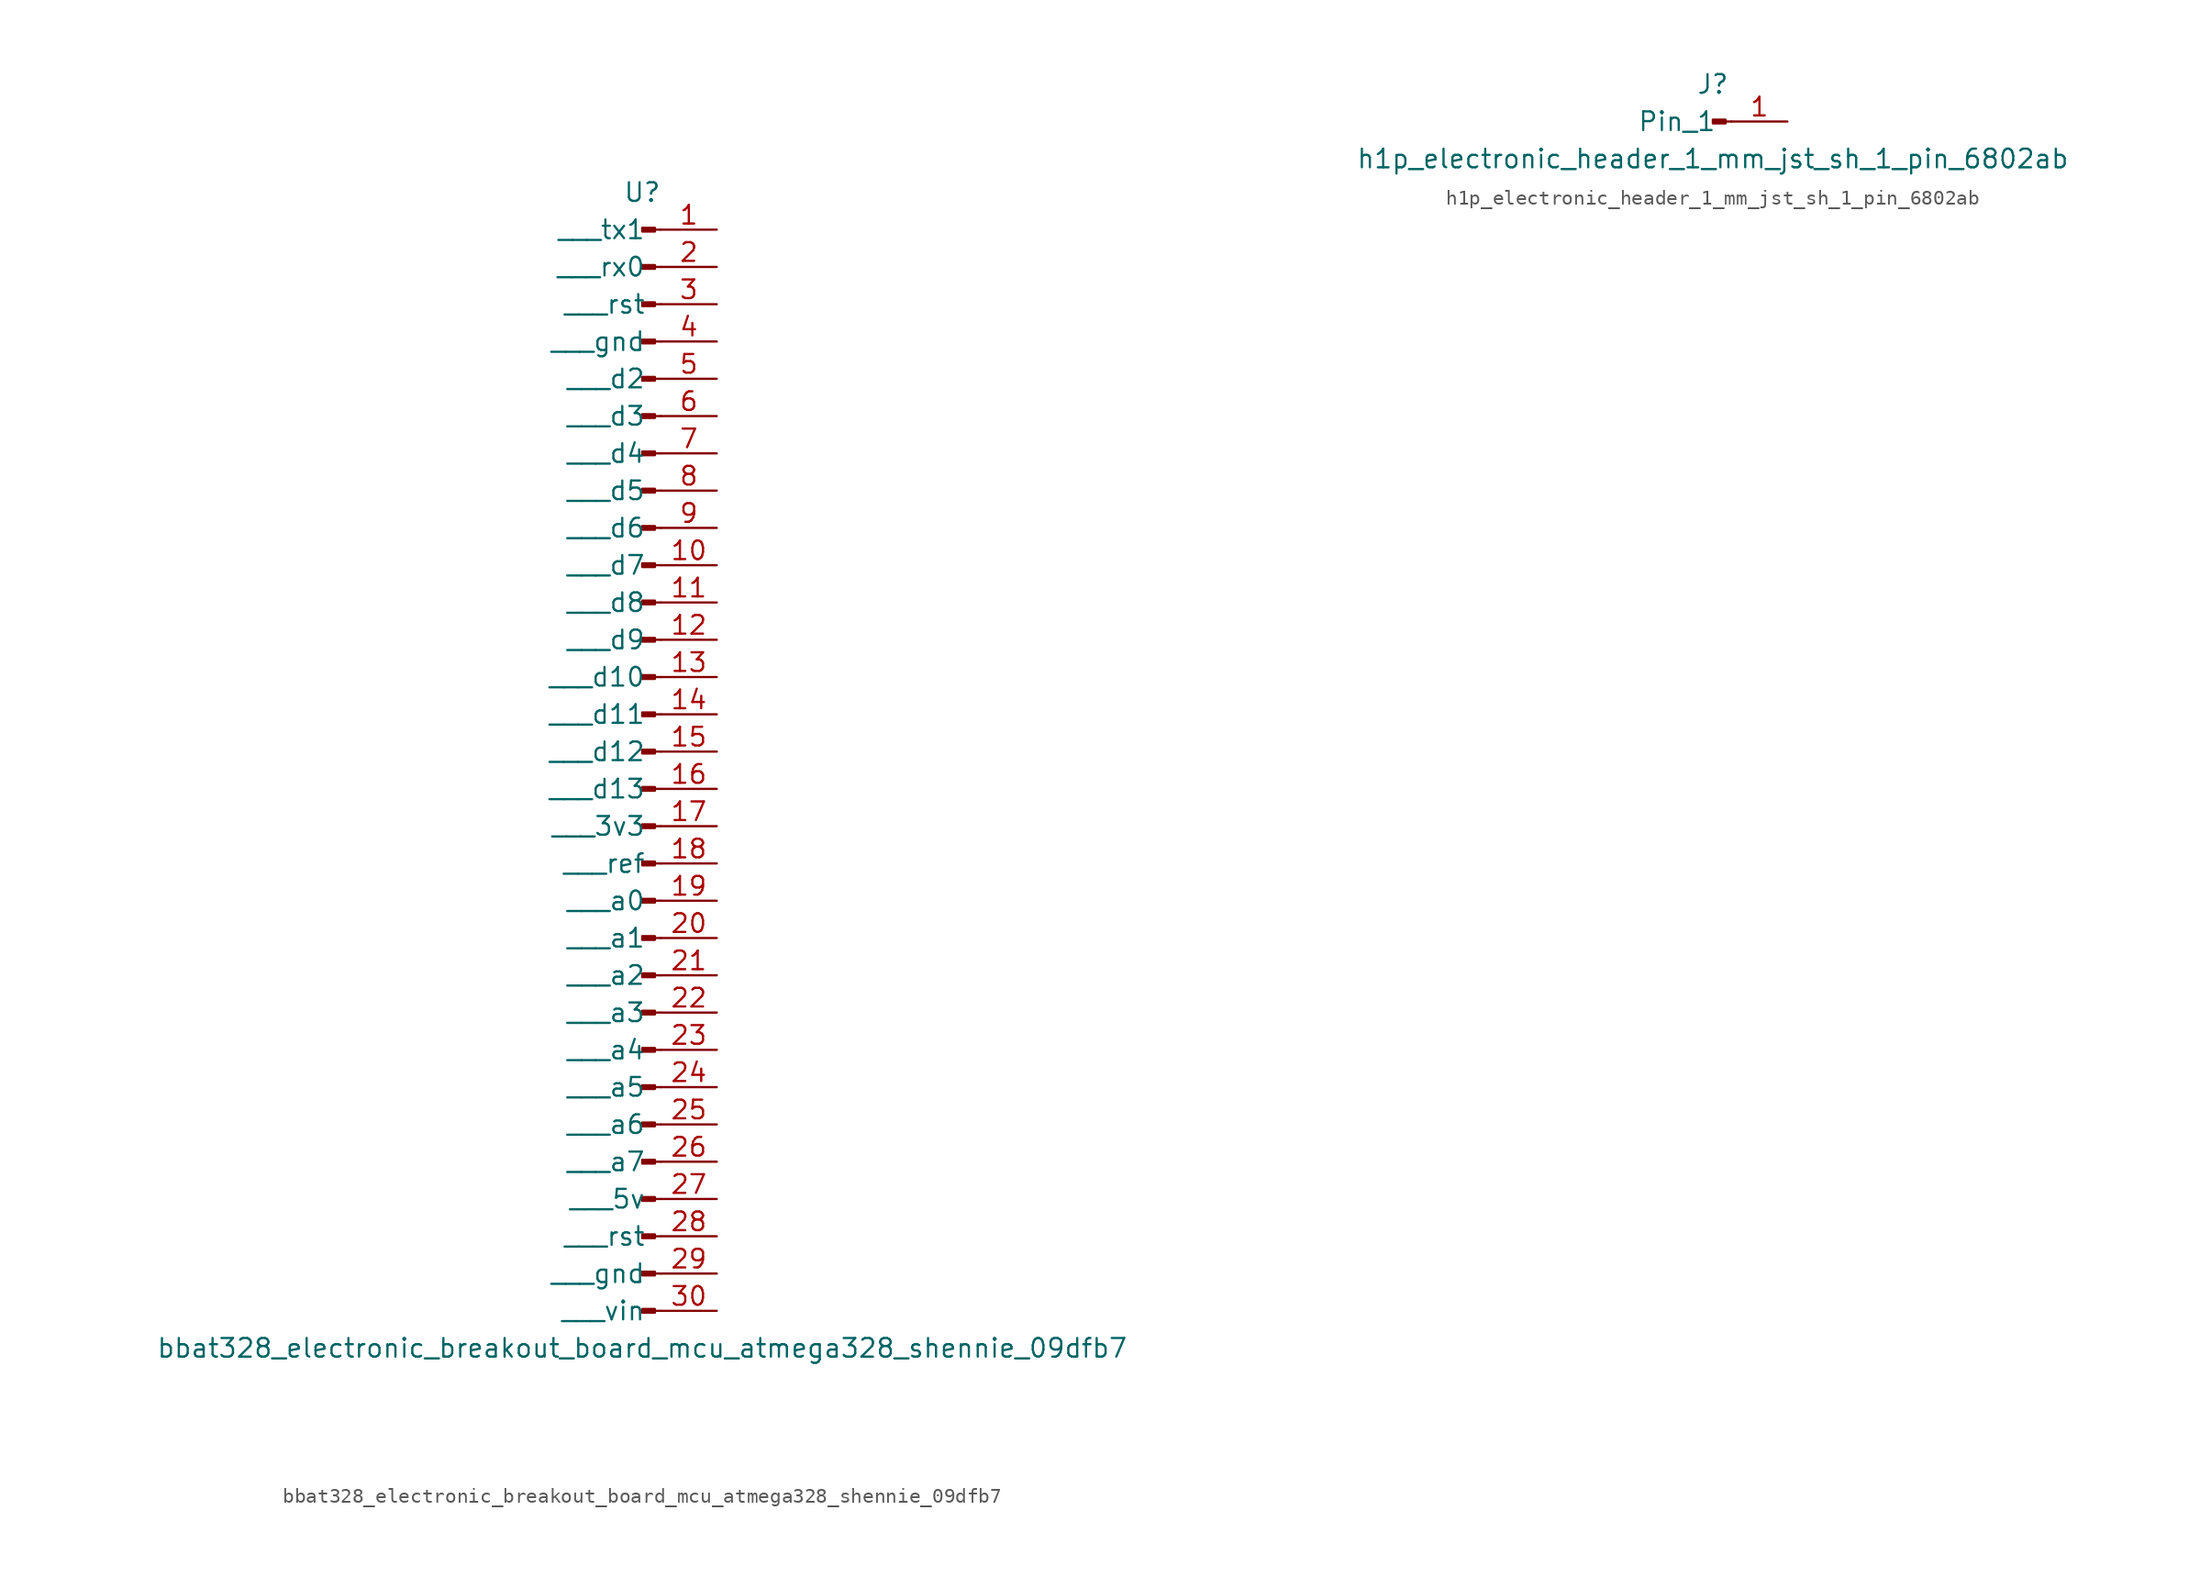
<source format=kicad_sym>
(kicad_symbol_lib
  (version 20220914)
  (generator kicad_symbol_editor)
  (symbol "bbat328_electronic_breakout_board_mcu_atmega328_shennie_09dfb7"
    (pin_names
      (offset 1.016))
    (property "Reference" "U"
      (at 0 38.1 0)
      (effects (font (size 1.27 1.27))))
    (property "Value" "bbat328_electronic_breakout_board_mcu_atmega328_shennie_09dfb7"
      (at 0 -40.64 0)
      (effects (font (size 1.27 1.27))))
    (property "ki_locked" ""
      (at 0 0 0)
      (effects (font (size 1.27 1.27))))
    (symbol "bbat328_electronic_breakout_board_mcu_atmega328_shennie_09dfb7_1_1"
      (polyline (pts (xy 1.27 -38.1) (xy 0.864 -38.1)) (stroke (width 0.152) (type default)) (fill (type none)))
      (polyline (pts (xy 1.27 -35.56) (xy 0.864 -35.56)) (stroke (width 0.152) (type default)) (fill (type none)))
      (polyline (pts (xy 1.27 -33.02) (xy 0.864 -33.02)) (stroke (width 0.152) (type default)) (fill (type none)))
      (polyline (pts (xy 1.27 -30.48) (xy 0.864 -30.48)) (stroke (width 0.152) (type default)) (fill (type none)))
      (polyline (pts (xy 1.27 -27.94) (xy 0.864 -27.94)) (stroke (width 0.152) (type default)) (fill (type none)))
      (polyline (pts (xy 1.27 -25.4) (xy 0.864 -25.4)) (stroke (width 0.152) (type default)) (fill (type none)))
      (polyline (pts (xy 1.27 -22.86) (xy 0.864 -22.86)) (stroke (width 0.152) (type default)) (fill (type none)))
      (polyline (pts (xy 1.27 -20.32) (xy 0.864 -20.32)) (stroke (width 0.152) (type default)) (fill (type none)))
      (polyline (pts (xy 1.27 -17.78) (xy 0.864 -17.78)) (stroke (width 0.152) (type default)) (fill (type none)))
      (polyline (pts (xy 1.27 -15.24) (xy 0.864 -15.24)) (stroke (width 0.152) (type default)) (fill (type none)))
      (polyline (pts (xy 1.27 -12.7) (xy 0.864 -12.7)) (stroke (width 0.152) (type default)) (fill (type none)))
      (polyline (pts (xy 1.27 -10.16) (xy 0.864 -10.16)) (stroke (width 0.152) (type default)) (fill (type none)))
      (polyline (pts (xy 1.27 -7.62) (xy 0.864 -7.62)) (stroke (width 0.152) (type default)) (fill (type none)))
      (polyline (pts (xy 1.27 -5.08) (xy 0.864 -5.08)) (stroke (width 0.152) (type default)) (fill (type none)))
      (polyline (pts (xy 1.27 -2.54) (xy 0.864 -2.54)) (stroke (width 0.152) (type default)) (fill (type none)))
      (polyline (pts (xy 1.27 0) (xy 0.864 0)) (stroke (width 0.152) (type default)) (fill (type none)))
      (polyline (pts (xy 1.27 2.54) (xy 0.864 2.54)) (stroke (width 0.152) (type default)) (fill (type none)))
      (polyline (pts (xy 1.27 5.08) (xy 0.864 5.08)) (stroke (width 0.152) (type default)) (fill (type none)))
      (polyline (pts (xy 1.27 7.62) (xy 0.864 7.62)) (stroke (width 0.152) (type default)) (fill (type none)))
      (polyline (pts (xy 1.27 10.16) (xy 0.864 10.16)) (stroke (width 0.152) (type default)) (fill (type none)))
      (polyline (pts (xy 1.27 12.7) (xy 0.864 12.7)) (stroke (width 0.152) (type default)) (fill (type none)))
      (polyline (pts (xy 1.27 15.24) (xy 0.864 15.24)) (stroke (width 0.152) (type default)) (fill (type none)))
      (polyline (pts (xy 1.27 17.78) (xy 0.864 17.78)) (stroke (width 0.152) (type default)) (fill (type none)))
      (polyline (pts (xy 1.27 20.32) (xy 0.864 20.32)) (stroke (width 0.152) (type default)) (fill (type none)))
      (polyline (pts (xy 1.27 22.86) (xy 0.864 22.86)) (stroke (width 0.152) (type default)) (fill (type none)))
      (polyline (pts (xy 1.27 25.4) (xy 0.864 25.4)) (stroke (width 0.152) (type default)) (fill (type none)))
      (polyline (pts (xy 1.27 27.94) (xy 0.864 27.94)) (stroke (width 0.152) (type default)) (fill (type none)))
      (polyline (pts (xy 1.27 30.48) (xy 0.864 30.48)) (stroke (width 0.152) (type default)) (fill (type none)))
      (polyline (pts (xy 1.27 33.02) (xy 0.864 33.02)) (stroke (width 0.152) (type default)) (fill (type none)))
      (polyline (pts (xy 1.27 35.56) (xy 0.864 35.56)) (stroke (width 0.152) (type default)) (fill (type none)))
      (rectangle (start 0.864 -37.973) (end 0 -38.227) (stroke (width 0.152) (type default)) (fill (type outline)))
      (rectangle (start 0.864 -35.433) (end 0 -35.687) (stroke (width 0.152) (type default)) (fill (type outline)))
      (rectangle (start 0.864 -32.893) (end 0 -33.147) (stroke (width 0.152) (type default)) (fill (type outline)))
      (rectangle (start 0.864 -30.353) (end 0 -30.607) (stroke (width 0.152) (type default)) (fill (type outline)))
      (rectangle (start 0.864 -27.813) (end 0 -28.067) (stroke (width 0.152) (type default)) (fill (type outline)))
      (rectangle (start 0.864 -25.273) (end 0 -25.527) (stroke (width 0.152) (type default)) (fill (type outline)))
      (rectangle (start 0.864 -22.733) (end 0 -22.987) (stroke (width 0.152) (type default)) (fill (type outline)))
      (rectangle (start 0.864 -20.193) (end 0 -20.447) (stroke (width 0.152) (type default)) (fill (type outline)))
      (rectangle (start 0.864 -17.653) (end 0 -17.907) (stroke (width 0.152) (type default)) (fill (type outline)))
      (rectangle (start 0.864 -15.113) (end 0 -15.367) (stroke (width 0.152) (type default)) (fill (type outline)))
      (rectangle (start 0.864 -12.573) (end 0 -12.827) (stroke (width 0.152) (type default)) (fill (type outline)))
      (rectangle (start 0.864 -10.033) (end 0 -10.287) (stroke (width 0.152) (type default)) (fill (type outline)))
      (rectangle (start 0.864 -7.493) (end 0 -7.747) (stroke (width 0.152) (type default)) (fill (type outline)))
      (rectangle (start 0.864 -4.953) (end 0 -5.207) (stroke (width 0.152) (type default)) (fill (type outline)))
      (rectangle (start 0.864 -2.413) (end 0 -2.667) (stroke (width 0.152) (type default)) (fill (type outline)))
      (rectangle (start 0.864 0.127) (end 0 -0.127) (stroke (width 0.152) (type default)) (fill (type outline)))
      (rectangle (start 0.864 2.667) (end 0 2.413) (stroke (width 0.152) (type default)) (fill (type outline)))
      (rectangle (start 0.864 5.207) (end 0 4.953) (stroke (width 0.152) (type default)) (fill (type outline)))
      (rectangle (start 0.864 7.747) (end 0 7.493) (stroke (width 0.152) (type default)) (fill (type outline)))
      (rectangle (start 0.864 10.287) (end 0 10.033) (stroke (width 0.152) (type default)) (fill (type outline)))
      (rectangle (start 0.864 12.827) (end 0 12.573) (stroke (width 0.152) (type default)) (fill (type outline)))
      (rectangle (start 0.864 15.367) (end 0 15.113) (stroke (width 0.152) (type default)) (fill (type outline)))
      (rectangle (start 0.864 17.907) (end 0 17.653) (stroke (width 0.152) (type default)) (fill (type outline)))
      (rectangle (start 0.864 20.447) (end 0 20.193) (stroke (width 0.152) (type default)) (fill (type outline)))
      (rectangle (start 0.864 22.987) (end 0 22.733) (stroke (width 0.152) (type default)) (fill (type outline)))
      (rectangle (start 0.864 25.527) (end 0 25.273) (stroke (width 0.152) (type default)) (fill (type outline)))
      (rectangle (start 0.864 28.067) (end 0 27.813) (stroke (width 0.152) (type default)) (fill (type outline)))
      (rectangle (start 0.864 30.607) (end 0 30.353) (stroke (width 0.152) (type default)) (fill (type outline)))
      (rectangle (start 0.864 33.147) (end 0 32.893) (stroke (width 0.152) (type default)) (fill (type outline)))
      (rectangle (start 0.864 35.687) (end 0 35.433) (stroke (width 0.152) (type default)) (fill (type outline)))
      (pin passive line (at 5.08 35.56 180) (length 3.81) (name "   tx1" (effects (font (size 1.27 1.27)))) (number "1" (effects (font (size 1.27 1.27)))))
      (pin passive line (at 5.08 12.7 180) (length 3.81) (name "   d7" (effects (font (size 1.27 1.27)))) (number "10" (effects (font (size 1.27 1.27)))))
      (pin passive line (at 5.08 10.16 180) (length 3.81) (name "   d8" (effects (font (size 1.27 1.27)))) (number "11" (effects (font (size 1.27 1.27)))))
      (pin passive line (at 5.08 7.62 180) (length 3.81) (name "   d9" (effects (font (size 1.27 1.27)))) (number "12" (effects (font (size 1.27 1.27)))))
      (pin passive line (at 5.08 5.08 180) (length 3.81) (name "   d10" (effects (font (size 1.27 1.27)))) (number "13" (effects (font (size 1.27 1.27)))))
      (pin passive line (at 5.08 2.54 180) (length 3.81) (name "   d11" (effects (font (size 1.27 1.27)))) (number "14" (effects (font (size 1.27 1.27)))))
      (pin passive line (at 5.08 0 180) (length 3.81) (name "   d12" (effects (font (size 1.27 1.27)))) (number "15" (effects (font (size 1.27 1.27)))))
      (pin passive line (at 5.08 -2.54 180) (length 3.81) (name "   d13" (effects (font (size 1.27 1.27)))) (number "16" (effects (font (size 1.27 1.27)))))
      (pin passive line (at 5.08 -5.08 180) (length 3.81) (name "   3v3" (effects (font (size 1.27 1.27)))) (number "17" (effects (font (size 1.27 1.27)))))
      (pin passive line (at 5.08 -7.62 180) (length 3.81) (name "   ref" (effects (font (size 1.27 1.27)))) (number "18" (effects (font (size 1.27 1.27)))))
      (pin passive line (at 5.08 -10.16 180) (length 3.81) (name "   a0" (effects (font (size 1.27 1.27)))) (number "19" (effects (font (size 1.27 1.27)))))
      (pin passive line (at 5.08 33.02 180) (length 3.81) (name "   rx0" (effects (font (size 1.27 1.27)))) (number "2" (effects (font (size 1.27 1.27)))))
      (pin passive line (at 5.08 -12.7 180) (length 3.81) (name "   a1" (effects (font (size 1.27 1.27)))) (number "20" (effects (font (size 1.27 1.27)))))
      (pin passive line (at 5.08 -15.24 180) (length 3.81) (name "   a2" (effects (font (size 1.27 1.27)))) (number "21" (effects (font (size 1.27 1.27)))))
      (pin passive line (at 5.08 -17.78 180) (length 3.81) (name "   a3" (effects (font (size 1.27 1.27)))) (number "22" (effects (font (size 1.27 1.27)))))
      (pin passive line (at 5.08 -20.32 180) (length 3.81) (name "   a4" (effects (font (size 1.27 1.27)))) (number "23" (effects (font (size 1.27 1.27)))))
      (pin passive line (at 5.08 -22.86 180) (length 3.81) (name "   a5" (effects (font (size 1.27 1.27)))) (number "24" (effects (font (size 1.27 1.27)))))
      (pin passive line (at 5.08 -25.4 180) (length 3.81) (name "   a6" (effects (font (size 1.27 1.27)))) (number "25" (effects (font (size 1.27 1.27)))))
      (pin passive line (at 5.08 -27.94 180) (length 3.81) (name "   a7" (effects (font (size 1.27 1.27)))) (number "26" (effects (font (size 1.27 1.27)))))
      (pin passive line (at 5.08 -30.48 180) (length 3.81) (name "   5v" (effects (font (size 1.27 1.27)))) (number "27" (effects (font (size 1.27 1.27)))))
      (pin passive line (at 5.08 -33.02 180) (length 3.81) (name "   rst" (effects (font (size 1.27 1.27)))) (number "28" (effects (font (size 1.27 1.27)))))
      (pin passive line (at 5.08 -35.56 180) (length 3.81) (name "   gnd" (effects (font (size 1.27 1.27)))) (number "29" (effects (font (size 1.27 1.27)))))
      (pin passive line (at 5.08 30.48 180) (length 3.81) (name "   rst" (effects (font (size 1.27 1.27)))) (number "3" (effects (font (size 1.27 1.27)))))
      (pin passive line (at 5.08 -38.1 180) (length 3.81) (name "   vin" (effects (font (size 1.27 1.27)))) (number "30" (effects (font (size 1.27 1.27)))))
      (pin passive line (at 5.08 27.94 180) (length 3.81) (name "   gnd" (effects (font (size 1.27 1.27)))) (number "4" (effects (font (size 1.27 1.27)))))
      (pin passive line (at 5.08 25.4 180) (length 3.81) (name "   d2" (effects (font (size 1.27 1.27)))) (number "5" (effects (font (size 1.27 1.27)))))
      (pin passive line (at 5.08 22.86 180) (length 3.81) (name "   d3" (effects (font (size 1.27 1.27)))) (number "6" (effects (font (size 1.27 1.27)))))
      (pin passive line (at 5.08 20.32 180) (length 3.81) (name "   d4" (effects (font (size 1.27 1.27)))) (number "7" (effects (font (size 1.27 1.27)))))
      (pin passive line (at 5.08 17.78 180) (length 3.81) (name "   d5" (effects (font (size 1.27 1.27)))) (number "8" (effects (font (size 1.27 1.27)))))
      (pin passive line (at 5.08 15.24 180) (length 3.81) (name "   d6" (effects (font (size 1.27 1.27)))) (number "9" (effects (font (size 1.27 1.27)))))))
  (symbol "h1p_electronic_header_1_mm_jst_sh_1_pin_6802ab"
    (pin_names
      (offset 1.016))
    (property "Reference" "J"
      (at 0 2.54 0)
      (effects (font (size 1.27 1.27))))
    (property "Value" "h1p_electronic_header_1_mm_jst_sh_1_pin_6802ab"
      (at 0 -2.54 0)
      (effects (font (size 1.27 1.27))))
    (property "ki_locked" ""
      (at 0 0 0)
      (effects (font (size 1.27 1.27))))
    (symbol "h1p_electronic_header_1_mm_jst_sh_1_pin_6802ab_1_1"
      (polyline (pts (xy 1.27 0) (xy 0.864 0)) (stroke (width 0.152) (type default)) (fill (type none)))
      (rectangle (start 0.864 0.127) (end 0 -0.127) (stroke (width 0.152) (type default)) (fill (type outline)))
      (pin passive line (at 5.08 0 180) (length 3.81) (name "Pin_1" (effects (font (size 1.27 1.27)))) (number "1" (effects (font (size 1.27 1.27))))))))
</source>
